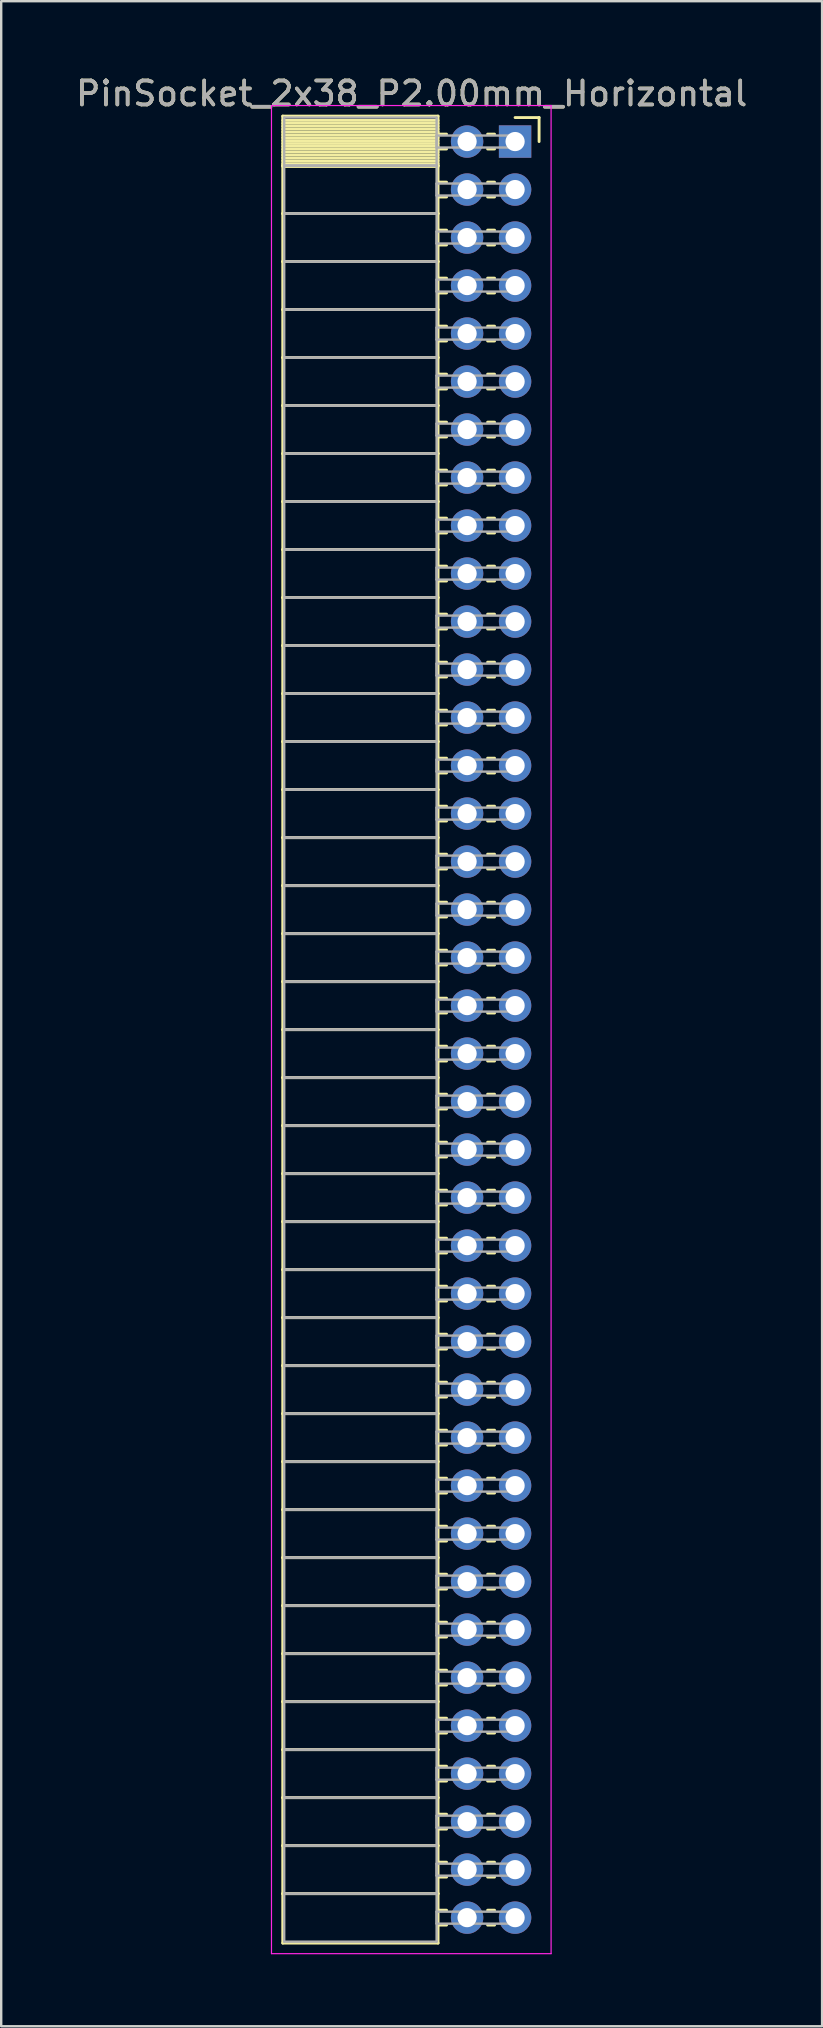
<source format=kicad_pcb>
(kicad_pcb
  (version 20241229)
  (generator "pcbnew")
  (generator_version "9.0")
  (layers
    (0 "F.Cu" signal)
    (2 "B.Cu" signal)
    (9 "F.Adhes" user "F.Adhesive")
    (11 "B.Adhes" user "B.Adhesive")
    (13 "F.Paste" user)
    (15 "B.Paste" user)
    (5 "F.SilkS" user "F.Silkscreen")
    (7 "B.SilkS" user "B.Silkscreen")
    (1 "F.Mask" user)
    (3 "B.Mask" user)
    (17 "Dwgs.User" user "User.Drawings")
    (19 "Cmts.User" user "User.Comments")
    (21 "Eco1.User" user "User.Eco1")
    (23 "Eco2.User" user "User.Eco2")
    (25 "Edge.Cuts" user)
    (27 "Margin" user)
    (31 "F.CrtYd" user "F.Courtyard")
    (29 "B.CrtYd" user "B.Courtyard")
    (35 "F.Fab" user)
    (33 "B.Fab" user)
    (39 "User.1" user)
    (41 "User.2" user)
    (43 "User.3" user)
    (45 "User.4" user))
  (footprint "PinSocket_2x38_P2.00mm_Horizontal"
    (layer "F.Cu")
    (at 18.411 2.848)
    (property "Reference" "PinSocket_2x38_P2.00mm_Horizontal" (at -4.31 -2 0) (layer "F.SilkS") (effects (font (size 1 1) (thickness 0.15))))
    (attr through_hole)
    (fp_line (start -9.68 -1.06) (end -3.21 -1.06) (stroke (width 0.12) (type solid)) (layer "F.SilkS"))
    (fp_line (start -9.68 1) (end -9.68 -1.06) (stroke (width 0.12) (type solid)) (layer "F.SilkS"))
    (fp_line (start -9.68 1) (end -3.21 1) (stroke (width 0.12) (type solid)) (layer "F.SilkS"))
    (fp_line (start -9.68 3) (end -9.68 1) (stroke (width 0.12) (type solid)) (layer "F.SilkS"))
    (fp_line (start -9.68 3) (end -3.21 3) (stroke (width 0.12) (type solid)) (layer "F.SilkS"))
    (fp_line (start -9.68 5) (end -9.68 3) (stroke (width 0.12) (type solid)) (layer "F.SilkS"))
    (fp_line (start -9.68 5) (end -3.21 5) (stroke (width 0.12) (type solid)) (layer "F.SilkS"))
    (fp_line (start -9.68 7) (end -9.68 5) (stroke (width 0.12) (type solid)) (layer "F.SilkS"))
    (fp_line (start -9.68 7) (end -3.21 7) (stroke (width 0.12) (type solid)) (layer "F.SilkS"))
    (fp_line (start -9.68 9) (end -9.68 7) (stroke (width 0.12) (type solid)) (layer "F.SilkS"))
    (fp_line (start -9.68 9) (end -3.21 9) (stroke (width 0.12) (type solid)) (layer "F.SilkS"))
    (fp_line (start -9.68 11) (end -9.68 9) (stroke (width 0.12) (type solid)) (layer "F.SilkS"))
    (fp_line (start -9.68 11) (end -3.21 11) (stroke (width 0.12) (type solid)) (layer "F.SilkS"))
    (fp_line (start -9.68 13) (end -9.68 11) (stroke (width 0.12) (type solid)) (layer "F.SilkS"))
    (fp_line (start -9.68 13) (end -3.21 13) (stroke (width 0.12) (type solid)) (layer "F.SilkS"))
    (fp_line (start -9.68 15) (end -9.68 13) (stroke (width 0.12) (type solid)) (layer "F.SilkS"))
    (fp_line (start -9.68 15) (end -3.21 15) (stroke (width 0.12) (type solid)) (layer "F.SilkS"))
    (fp_line (start -9.68 17) (end -9.68 15) (stroke (width 0.12) (type solid)) (layer "F.SilkS"))
    (fp_line (start -9.68 17) (end -3.21 17) (stroke (width 0.12) (type solid)) (layer "F.SilkS"))
    (fp_line (start -9.68 19) (end -9.68 17) (stroke (width 0.12) (type solid)) (layer "F.SilkS"))
    (fp_line (start -9.68 19) (end -3.21 19) (stroke (width 0.12) (type solid)) (layer "F.SilkS"))
    (fp_line (start -9.68 21) (end -9.68 19) (stroke (width 0.12) (type solid)) (layer "F.SilkS"))
    (fp_line (start -9.68 21) (end -3.21 21) (stroke (width 0.12) (type solid)) (layer "F.SilkS"))
    (fp_line (start -9.68 23) (end -9.68 21) (stroke (width 0.12) (type solid)) (layer "F.SilkS"))
    (fp_line (start -9.68 23) (end -3.21 23) (stroke (width 0.12) (type solid)) (layer "F.SilkS"))
    (fp_line (start -9.68 25) (end -9.68 23) (stroke (width 0.12) (type solid)) (layer "F.SilkS"))
    (fp_line (start -9.68 25) (end -3.21 25) (stroke (width 0.12) (type solid)) (layer "F.SilkS"))
    (fp_line (start -9.68 27) (end -9.68 25) (stroke (width 0.12) (type solid)) (layer "F.SilkS"))
    (fp_line (start -9.68 27) (end -3.21 27) (stroke (width 0.12) (type solid)) (layer "F.SilkS"))
    (fp_line (start -9.68 29) (end -9.68 27) (stroke (width 0.12) (type solid)) (layer "F.SilkS"))
    (fp_line (start -9.68 29) (end -3.21 29) (stroke (width 0.12) (type solid)) (layer "F.SilkS"))
    (fp_line (start -9.68 31) (end -9.68 29) (stroke (width 0.12) (type solid)) (layer "F.SilkS"))
    (fp_line (start -9.68 31) (end -3.21 31) (stroke (width 0.12) (type solid)) (layer "F.SilkS"))
    (fp_line (start -9.68 33) (end -9.68 31) (stroke (width 0.12) (type solid)) (layer "F.SilkS"))
    (fp_line (start -9.68 33) (end -3.21 33) (stroke (width 0.12) (type solid)) (layer "F.SilkS"))
    (fp_line (start -9.68 35) (end -9.68 33) (stroke (width 0.12) (type solid)) (layer "F.SilkS"))
    (fp_line (start -9.68 35) (end -3.21 35) (stroke (width 0.12) (type solid)) (layer "F.SilkS"))
    (fp_line (start -9.68 37) (end -9.68 35) (stroke (width 0.12) (type solid)) (layer "F.SilkS"))
    (fp_line (start -9.68 37) (end -3.21 37) (stroke (width 0.12) (type solid)) (layer "F.SilkS"))
    (fp_line (start -9.68 39) (end -9.68 37) (stroke (width 0.12) (type solid)) (layer "F.SilkS"))
    (fp_line (start -9.68 39) (end -3.21 39) (stroke (width 0.12) (type solid)) (layer "F.SilkS"))
    (fp_line (start -9.68 41) (end -9.68 39) (stroke (width 0.12) (type solid)) (layer "F.SilkS"))
    (fp_line (start -9.68 41) (end -3.21 41) (stroke (width 0.12) (type solid)) (layer "F.SilkS"))
    (fp_line (start -9.68 43) (end -9.68 41) (stroke (width 0.12) (type solid)) (layer "F.SilkS"))
    (fp_line (start -9.68 43) (end -3.21 43) (stroke (width 0.12) (type solid)) (layer "F.SilkS"))
    (fp_line (start -9.68 45) (end -9.68 43) (stroke (width 0.12) (type solid)) (layer "F.SilkS"))
    (fp_line (start -9.68 45) (end -3.21 45) (stroke (width 0.12) (type solid)) (layer "F.SilkS"))
    (fp_line (start -9.68 47) (end -9.68 45) (stroke (width 0.12) (type solid)) (layer "F.SilkS"))
    (fp_line (start -9.68 47) (end -3.21 47) (stroke (width 0.12) (type solid)) (layer "F.SilkS"))
    (fp_line (start -9.68 49) (end -9.68 47) (stroke (width 0.12) (type solid)) (layer "F.SilkS"))
    (fp_line (start -9.68 49) (end -3.21 49) (stroke (width 0.12) (type solid)) (layer "F.SilkS"))
    (fp_line (start -9.68 51) (end -9.68 49) (stroke (width 0.12) (type solid)) (layer "F.SilkS"))
    (fp_line (start -9.68 51) (end -3.21 51) (stroke (width 0.12) (type solid)) (layer "F.SilkS"))
    (fp_line (start -9.68 53) (end -9.68 51) (stroke (width 0.12) (type solid)) (layer "F.SilkS"))
    (fp_line (start -9.68 53) (end -3.21 53) (stroke (width 0.12) (type solid)) (layer "F.SilkS"))
    (fp_line (start -9.68 55) (end -9.68 53) (stroke (width 0.12) (type solid)) (layer "F.SilkS"))
    (fp_line (start -9.68 55) (end -3.21 55) (stroke (width 0.12) (type solid)) (layer "F.SilkS"))
    (fp_line (start -9.68 57) (end -9.68 55) (stroke (width 0.12) (type solid)) (layer "F.SilkS"))
    (fp_line (start -9.68 57) (end -3.21 57) (stroke (width 0.12) (type solid)) (layer "F.SilkS"))
    (fp_line (start -9.68 59) (end -9.68 57) (stroke (width 0.12) (type solid)) (layer "F.SilkS"))
    (fp_line (start -9.68 59) (end -3.21 59) (stroke (width 0.12) (type solid)) (layer "F.SilkS"))
    (fp_line (start -9.68 61) (end -9.68 59) (stroke (width 0.12) (type solid)) (layer "F.SilkS"))
    (fp_line (start -9.68 61) (end -3.21 61) (stroke (width 0.12) (type solid)) (layer "F.SilkS"))
    (fp_line (start -9.68 63) (end -9.68 61) (stroke (width 0.12) (type solid)) (layer "F.SilkS"))
    (fp_line (start -9.68 63) (end -3.21 63) (stroke (width 0.12) (type solid)) (layer "F.SilkS"))
    (fp_line (start -9.68 65) (end -9.68 63) (stroke (width 0.12) (type solid)) (layer "F.SilkS"))
    (fp_line (start -9.68 65) (end -3.21 65) (stroke (width 0.12) (type solid)) (layer "F.SilkS"))
    (fp_line (start -9.68 67) (end -9.68 65) (stroke (width 0.12) (type solid)) (layer "F.SilkS"))
    (fp_line (start -9.68 67) (end -3.21 67) (stroke (width 0.12) (type solid)) (layer "F.SilkS"))
    (fp_line (start -9.68 69) (end -9.68 67) (stroke (width 0.12) (type solid)) (layer "F.SilkS"))
    (fp_line (start -9.68 69) (end -3.21 69) (stroke (width 0.12) (type solid)) (layer "F.SilkS"))
    (fp_line (start -9.68 71) (end -9.68 69) (stroke (width 0.12) (type solid)) (layer "F.SilkS"))
    (fp_line (start -9.68 71) (end -3.21 71) (stroke (width 0.12) (type solid)) (layer "F.SilkS"))
    (fp_line (start -9.68 73) (end -9.68 71) (stroke (width 0.12) (type solid)) (layer "F.SilkS"))
    (fp_line (start -9.68 73) (end -3.21 73) (stroke (width 0.12) (type solid)) (layer "F.SilkS"))
    (fp_line (start -9.68 75.06) (end -9.68 73) (stroke (width 0.12) (type solid)) (layer "F.SilkS"))
    (fp_line (start -3.21 -1.06) (end -3.21 1) (stroke (width 0.12) (type solid)) (layer "F.SilkS"))
    (fp_line (start -3.21 -0.88) (end -9.68 -0.88) (stroke (width 0.12) (type solid)) (layer "F.SilkS"))
    (fp_line (start -3.21 -0.76) (end -9.68 -0.76) (stroke (width 0.12) (type solid)) (layer "F.SilkS"))
    (fp_line (start -3.21 -0.64) (end -9.68 -0.64) (stroke (width 0.12) (type solid)) (layer "F.SilkS"))
    (fp_line (start -3.21 -0.52) (end -9.68 -0.52) (stroke (width 0.12) (type solid)) (layer "F.SilkS"))
    (fp_line (start -3.21 -0.4) (end -9.68 -0.4) (stroke (width 0.12) (type solid)) (layer "F.SilkS"))
    (fp_line (start -3.21 -0.28) (end -9.68 -0.28) (stroke (width 0.12) (type solid)) (layer "F.SilkS"))
    (fp_line (start -3.21 -0.16) (end -9.68 -0.16) (stroke (width 0.12) (type solid)) (layer "F.SilkS"))
    (fp_line (start -3.21 -0.04) (end -9.68 -0.04) (stroke (width 0.12) (type solid)) (layer "F.SilkS"))
    (fp_line (start -3.21 0.08) (end -9.68 0.08) (stroke (width 0.12) (type solid)) (layer "F.SilkS"))
    (fp_line (start -3.21 0.2) (end -9.68 0.2) (stroke (width 0.12) (type solid)) (layer "F.SilkS"))
    (fp_line (start -3.21 0.32) (end -9.68 0.32) (stroke (width 0.12) (type solid)) (layer "F.SilkS"))
    (fp_line (start -3.21 0.44) (end -9.68 0.44) (stroke (width 0.12) (type solid)) (layer "F.SilkS"))
    (fp_line (start -3.21 0.56) (end -9.68 0.56) (stroke (width 0.12) (type solid)) (layer "F.SilkS"))
    (fp_line (start -3.21 0.68) (end -9.68 0.68) (stroke (width 0.12) (type solid)) (layer "F.SilkS"))
    (fp_line (start -3.21 0.8) (end -9.68 0.8) (stroke (width 0.12) (type solid)) (layer "F.SilkS"))
    (fp_line (start -3.21 0.92) (end -9.68 0.92) (stroke (width 0.12) (type solid)) (layer "F.SilkS"))
    (fp_line (start -3.21 1) (end -9.68 1) (stroke (width 0.12) (type solid)) (layer "F.SilkS"))
    (fp_line (start -3.21 1) (end -3.21 3) (stroke (width 0.12) (type solid)) (layer "F.SilkS"))
    (fp_line (start -3.21 1.04) (end -9.68 1.04) (stroke (width 0.12) (type solid)) (layer "F.SilkS"))
    (fp_line (start -3.21 3) (end -9.68 3) (stroke (width 0.12) (type solid)) (layer "F.SilkS"))
    (fp_line (start -3.21 3) (end -3.21 5) (stroke (width 0.12) (type solid)) (layer "F.SilkS"))
    (fp_line (start -3.21 5) (end -9.68 5) (stroke (width 0.12) (type solid)) (layer "F.SilkS"))
    (fp_line (start -3.21 5) (end -3.21 7) (stroke (width 0.12) (type solid)) (layer "F.SilkS"))
    (fp_line (start -3.21 7) (end -9.68 7) (stroke (width 0.12) (type solid)) (layer "F.SilkS"))
    (fp_line (start -3.21 7) (end -3.21 9) (stroke (width 0.12) (type solid)) (layer "F.SilkS"))
    (fp_line (start -3.21 9) (end -9.68 9) (stroke (width 0.12) (type solid)) (layer "F.SilkS"))
    (fp_line (start -3.21 9) (end -3.21 11) (stroke (width 0.12) (type solid)) (layer "F.SilkS"))
    (fp_line (start -3.21 11) (end -9.68 11) (stroke (width 0.12) (type solid)) (layer "F.SilkS"))
    (fp_line (start -3.21 11) (end -3.21 13) (stroke (width 0.12) (type solid)) (layer "F.SilkS"))
    (fp_line (start -3.21 13) (end -9.68 13) (stroke (width 0.12) (type solid)) (layer "F.SilkS"))
    (fp_line (start -3.21 13) (end -3.21 15) (stroke (width 0.12) (type solid)) (layer "F.SilkS"))
    (fp_line (start -3.21 15) (end -9.68 15) (stroke (width 0.12) (type solid)) (layer "F.SilkS"))
    (fp_line (start -3.21 15) (end -3.21 17) (stroke (width 0.12) (type solid)) (layer "F.SilkS"))
    (fp_line (start -3.21 17) (end -9.68 17) (stroke (width 0.12) (type solid)) (layer "F.SilkS"))
    (fp_line (start -3.21 17) (end -3.21 19) (stroke (width 0.12) (type solid)) (layer "F.SilkS"))
    (fp_line (start -3.21 19) (end -9.68 19) (stroke (width 0.12) (type solid)) (layer "F.SilkS"))
    (fp_line (start -3.21 19) (end -3.21 21) (stroke (width 0.12) (type solid)) (layer "F.SilkS"))
    (fp_line (start -3.21 21) (end -9.68 21) (stroke (width 0.12) (type solid)) (layer "F.SilkS"))
    (fp_line (start -3.21 21) (end -3.21 23) (stroke (width 0.12) (type solid)) (layer "F.SilkS"))
    (fp_line (start -3.21 23) (end -9.68 23) (stroke (width 0.12) (type solid)) (layer "F.SilkS"))
    (fp_line (start -3.21 23) (end -3.21 25) (stroke (width 0.12) (type solid)) (layer "F.SilkS"))
    (fp_line (start -3.21 25) (end -9.68 25) (stroke (width 0.12) (type solid)) (layer "F.SilkS"))
    (fp_line (start -3.21 25) (end -3.21 27) (stroke (width 0.12) (type solid)) (layer "F.SilkS"))
    (fp_line (start -3.21 27) (end -9.68 27) (stroke (width 0.12) (type solid)) (layer "F.SilkS"))
    (fp_line (start -3.21 27) (end -3.21 29) (stroke (width 0.12) (type solid)) (layer "F.SilkS"))
    (fp_line (start -3.21 29) (end -9.68 29) (stroke (width 0.12) (type solid)) (layer "F.SilkS"))
    (fp_line (start -3.21 29) (end -3.21 31) (stroke (width 0.12) (type solid)) (layer "F.SilkS"))
    (fp_line (start -3.21 31) (end -9.68 31) (stroke (width 0.12) (type solid)) (layer "F.SilkS"))
    (fp_line (start -3.21 31) (end -3.21 33) (stroke (width 0.12) (type solid)) (layer "F.SilkS"))
    (fp_line (start -3.21 33) (end -9.68 33) (stroke (width 0.12) (type solid)) (layer "F.SilkS"))
    (fp_line (start -3.21 33) (end -3.21 35) (stroke (width 0.12) (type solid)) (layer "F.SilkS"))
    (fp_line (start -3.21 35) (end -9.68 35) (stroke (width 0.12) (type solid)) (layer "F.SilkS"))
    (fp_line (start -3.21 35) (end -3.21 37) (stroke (width 0.12) (type solid)) (layer "F.SilkS"))
    (fp_line (start -3.21 37) (end -9.68 37) (stroke (width 0.12) (type solid)) (layer "F.SilkS"))
    (fp_line (start -3.21 37) (end -3.21 39) (stroke (width 0.12) (type solid)) (layer "F.SilkS"))
    (fp_line (start -3.21 39) (end -9.68 39) (stroke (width 0.12) (type solid)) (layer "F.SilkS"))
    (fp_line (start -3.21 39) (end -3.21 41) (stroke (width 0.12) (type solid)) (layer "F.SilkS"))
    (fp_line (start -3.21 41) (end -9.68 41) (stroke (width 0.12) (type solid)) (layer "F.SilkS"))
    (fp_line (start -3.21 41) (end -3.21 43) (stroke (width 0.12) (type solid)) (layer "F.SilkS"))
    (fp_line (start -3.21 43) (end -9.68 43) (stroke (width 0.12) (type solid)) (layer "F.SilkS"))
    (fp_line (start -3.21 43) (end -3.21 45) (stroke (width 0.12) (type solid)) (layer "F.SilkS"))
    (fp_line (start -3.21 45) (end -9.68 45) (stroke (width 0.12) (type solid)) (layer "F.SilkS"))
    (fp_line (start -3.21 45) (end -3.21 47) (stroke (width 0.12) (type solid)) (layer "F.SilkS"))
    (fp_line (start -3.21 47) (end -9.68 47) (stroke (width 0.12) (type solid)) (layer "F.SilkS"))
    (fp_line (start -3.21 47) (end -3.21 49) (stroke (width 0.12) (type solid)) (layer "F.SilkS"))
    (fp_line (start -3.21 49) (end -9.68 49) (stroke (width 0.12) (type solid)) (layer "F.SilkS"))
    (fp_line (start -3.21 49) (end -3.21 51) (stroke (width 0.12) (type solid)) (layer "F.SilkS"))
    (fp_line (start -3.21 51) (end -9.68 51) (stroke (width 0.12) (type solid)) (layer "F.SilkS"))
    (fp_line (start -3.21 51) (end -3.21 53) (stroke (width 0.12) (type solid)) (layer "F.SilkS"))
    (fp_line (start -3.21 53) (end -9.68 53) (stroke (width 0.12) (type solid)) (layer "F.SilkS"))
    (fp_line (start -3.21 53) (end -3.21 55) (stroke (width 0.12) (type solid)) (layer "F.SilkS"))
    (fp_line (start -3.21 55) (end -9.68 55) (stroke (width 0.12) (type solid)) (layer "F.SilkS"))
    (fp_line (start -3.21 55) (end -3.21 57) (stroke (width 0.12) (type solid)) (layer "F.SilkS"))
    (fp_line (start -3.21 57) (end -9.68 57) (stroke (width 0.12) (type solid)) (layer "F.SilkS"))
    (fp_line (start -3.21 57) (end -3.21 59) (stroke (width 0.12) (type solid)) (layer "F.SilkS"))
    (fp_line (start -3.21 59) (end -9.68 59) (stroke (width 0.12) (type solid)) (layer "F.SilkS"))
    (fp_line (start -3.21 59) (end -3.21 61) (stroke (width 0.12) (type solid)) (layer "F.SilkS"))
    (fp_line (start -3.21 61) (end -9.68 61) (stroke (width 0.12) (type solid)) (layer "F.SilkS"))
    (fp_line (start -3.21 61) (end -3.21 63) (stroke (width 0.12) (type solid)) (layer "F.SilkS"))
    (fp_line (start -3.21 63) (end -9.68 63) (stroke (width 0.12) (type solid)) (layer "F.SilkS"))
    (fp_line (start -3.21 63) (end -3.21 65) (stroke (width 0.12) (type solid)) (layer "F.SilkS"))
    (fp_line (start -3.21 65) (end -9.68 65) (stroke (width 0.12) (type solid)) (layer "F.SilkS"))
    (fp_line (start -3.21 65) (end -3.21 67) (stroke (width 0.12) (type solid)) (layer "F.SilkS"))
    (fp_line (start -3.21 67) (end -9.68 67) (stroke (width 0.12) (type solid)) (layer "F.SilkS"))
    (fp_line (start -3.21 67) (end -3.21 69) (stroke (width 0.12) (type solid)) (layer "F.SilkS"))
    (fp_line (start -3.21 69) (end -9.68 69) (stroke (width 0.12) (type solid)) (layer "F.SilkS"))
    (fp_line (start -3.21 69) (end -3.21 71) (stroke (width 0.12) (type solid)) (layer "F.SilkS"))
    (fp_line (start -3.21 71) (end -9.68 71) (stroke (width 0.12) (type solid)) (layer "F.SilkS"))
    (fp_line (start -3.21 71) (end -3.21 73) (stroke (width 0.12) (type solid)) (layer "F.SilkS"))
    (fp_line (start -3.21 73) (end -9.68 73) (stroke (width 0.12) (type solid)) (layer "F.SilkS"))
    (fp_line (start -3.21 73) (end -3.21 75.06) (stroke (width 0.12) (type solid)) (layer "F.SilkS"))
    (fp_line (start -3.21 75.06) (end -9.68 75.06) (stroke (width 0.12) (type solid)) (layer "F.SilkS"))
    (fp_line (start -2.855 -0.31) (end -3.21 -0.31) (stroke (width 0.12) (type solid)) (layer "F.SilkS"))
    (fp_line (start -2.855 0.31) (end -3.21 0.31) (stroke (width 0.12) (type solid)) (layer "F.SilkS"))
    (fp_line (start -2.855 1.69) (end -3.21 1.69) (stroke (width 0.12) (type solid)) (layer "F.SilkS"))
    (fp_line (start -2.855 2.31) (end -3.21 2.31) (stroke (width 0.12) (type solid)) (layer "F.SilkS"))
    (fp_line (start -2.855 3.69) (end -3.21 3.69) (stroke (width 0.12) (type solid)) (layer "F.SilkS"))
    (fp_line (start -2.855 4.31) (end -3.21 4.31) (stroke (width 0.12) (type solid)) (layer "F.SilkS"))
    (fp_line (start -2.855 5.69) (end -3.21 5.69) (stroke (width 0.12) (type solid)) (layer "F.SilkS"))
    (fp_line (start -2.855 6.31) (end -3.21 6.31) (stroke (width 0.12) (type solid)) (layer "F.SilkS"))
    (fp_line (start -2.855 7.69) (end -3.21 7.69) (stroke (width 0.12) (type solid)) (layer "F.SilkS"))
    (fp_line (start -2.855 8.31) (end -3.21 8.31) (stroke (width 0.12) (type solid)) (layer "F.SilkS"))
    (fp_line (start -2.855 9.69) (end -3.21 9.69) (stroke (width 0.12) (type solid)) (layer "F.SilkS"))
    (fp_line (start -2.855 10.31) (end -3.21 10.31) (stroke (width 0.12) (type solid)) (layer "F.SilkS"))
    (fp_line (start -2.855 11.69) (end -3.21 11.69) (stroke (width 0.12) (type solid)) (layer "F.SilkS"))
    (fp_line (start -2.855 12.31) (end -3.21 12.31) (stroke (width 0.12) (type solid)) (layer "F.SilkS"))
    (fp_line (start -2.855 13.69) (end -3.21 13.69) (stroke (width 0.12) (type solid)) (layer "F.SilkS"))
    (fp_line (start -2.855 14.31) (end -3.21 14.31) (stroke (width 0.12) (type solid)) (layer "F.SilkS"))
    (fp_line (start -2.855 15.69) (end -3.21 15.69) (stroke (width 0.12) (type solid)) (layer "F.SilkS"))
    (fp_line (start -2.855 16.31) (end -3.21 16.31) (stroke (width 0.12) (type solid)) (layer "F.SilkS"))
    (fp_line (start -2.855 17.69) (end -3.21 17.69) (stroke (width 0.12) (type solid)) (layer "F.SilkS"))
    (fp_line (start -2.855 18.31) (end -3.21 18.31) (stroke (width 0.12) (type solid)) (layer "F.SilkS"))
    (fp_line (start -2.855 19.69) (end -3.21 19.69) (stroke (width 0.12) (type solid)) (layer "F.SilkS"))
    (fp_line (start -2.855 20.31) (end -3.21 20.31) (stroke (width 0.12) (type solid)) (layer "F.SilkS"))
    (fp_line (start -2.855 21.69) (end -3.21 21.69) (stroke (width 0.12) (type solid)) (layer "F.SilkS"))
    (fp_line (start -2.855 22.31) (end -3.21 22.31) (stroke (width 0.12) (type solid)) (layer "F.SilkS"))
    (fp_line (start -2.855 23.69) (end -3.21 23.69) (stroke (width 0.12) (type solid)) (layer "F.SilkS"))
    (fp_line (start -2.855 24.31) (end -3.21 24.31) (stroke (width 0.12) (type solid)) (layer "F.SilkS"))
    (fp_line (start -2.855 25.69) (end -3.21 25.69) (stroke (width 0.12) (type solid)) (layer "F.SilkS"))
    (fp_line (start -2.855 26.31) (end -3.21 26.31) (stroke (width 0.12) (type solid)) (layer "F.SilkS"))
    (fp_line (start -2.855 27.69) (end -3.21 27.69) (stroke (width 0.12) (type solid)) (layer "F.SilkS"))
    (fp_line (start -2.855 28.31) (end -3.21 28.31) (stroke (width 0.12) (type solid)) (layer "F.SilkS"))
    (fp_line (start -2.855 29.69) (end -3.21 29.69) (stroke (width 0.12) (type solid)) (layer "F.SilkS"))
    (fp_line (start -2.855 30.31) (end -3.21 30.31) (stroke (width 0.12) (type solid)) (layer "F.SilkS"))
    (fp_line (start -2.855 31.69) (end -3.21 31.69) (stroke (width 0.12) (type solid)) (layer "F.SilkS"))
    (fp_line (start -2.855 32.31) (end -3.21 32.31) (stroke (width 0.12) (type solid)) (layer "F.SilkS"))
    (fp_line (start -2.855 33.69) (end -3.21 33.69) (stroke (width 0.12) (type solid)) (layer "F.SilkS"))
    (fp_line (start -2.855 34.31) (end -3.21 34.31) (stroke (width 0.12) (type solid)) (layer "F.SilkS"))
    (fp_line (start -2.855 35.69) (end -3.21 35.69) (stroke (width 0.12) (type solid)) (layer "F.SilkS"))
    (fp_line (start -2.855 36.31) (end -3.21 36.31) (stroke (width 0.12) (type solid)) (layer "F.SilkS"))
    (fp_line (start -2.855 37.69) (end -3.21 37.69) (stroke (width 0.12) (type solid)) (layer "F.SilkS"))
    (fp_line (start -2.855 38.31) (end -3.21 38.31) (stroke (width 0.12) (type solid)) (layer "F.SilkS"))
    (fp_line (start -2.855 39.69) (end -3.21 39.69) (stroke (width 0.12) (type solid)) (layer "F.SilkS"))
    (fp_line (start -2.855 40.31) (end -3.21 40.31) (stroke (width 0.12) (type solid)) (layer "F.SilkS"))
    (fp_line (start -2.855 41.69) (end -3.21 41.69) (stroke (width 0.12) (type solid)) (layer "F.SilkS"))
    (fp_line (start -2.855 42.31) (end -3.21 42.31) (stroke (width 0.12) (type solid)) (layer "F.SilkS"))
    (fp_line (start -2.855 43.69) (end -3.21 43.69) (stroke (width 0.12) (type solid)) (layer "F.SilkS"))
    (fp_line (start -2.855 44.31) (end -3.21 44.31) (stroke (width 0.12) (type solid)) (layer "F.SilkS"))
    (fp_line (start -2.855 45.69) (end -3.21 45.69) (stroke (width 0.12) (type solid)) (layer "F.SilkS"))
    (fp_line (start -2.855 46.31) (end -3.21 46.31) (stroke (width 0.12) (type solid)) (layer "F.SilkS"))
    (fp_line (start -2.855 47.69) (end -3.21 47.69) (stroke (width 0.12) (type solid)) (layer "F.SilkS"))
    (fp_line (start -2.855 48.31) (end -3.21 48.31) (stroke (width 0.12) (type solid)) (layer "F.SilkS"))
    (fp_line (start -2.855 49.69) (end -3.21 49.69) (stroke (width 0.12) (type solid)) (layer "F.SilkS"))
    (fp_line (start -2.855 50.31) (end -3.21 50.31) (stroke (width 0.12) (type solid)) (layer "F.SilkS"))
    (fp_line (start -2.855 51.69) (end -3.21 51.69) (stroke (width 0.12) (type solid)) (layer "F.SilkS"))
    (fp_line (start -2.855 52.31) (end -3.21 52.31) (stroke (width 0.12) (type solid)) (layer "F.SilkS"))
    (fp_line (start -2.855 53.69) (end -3.21 53.69) (stroke (width 0.12) (type solid)) (layer "F.SilkS"))
    (fp_line (start -2.855 54.31) (end -3.21 54.31) (stroke (width 0.12) (type solid)) (layer "F.SilkS"))
    (fp_line (start -2.855 55.69) (end -3.21 55.69) (stroke (width 0.12) (type solid)) (layer "F.SilkS"))
    (fp_line (start -2.855 56.31) (end -3.21 56.31) (stroke (width 0.12) (type solid)) (layer "F.SilkS"))
    (fp_line (start -2.855 57.69) (end -3.21 57.69) (stroke (width 0.12) (type solid)) (layer "F.SilkS"))
    (fp_line (start -2.855 58.31) (end -3.21 58.31) (stroke (width 0.12) (type solid)) (layer "F.SilkS"))
    (fp_line (start -2.855 59.69) (end -3.21 59.69) (stroke (width 0.12) (type solid)) (layer "F.SilkS"))
    (fp_line (start -2.855 60.31) (end -3.21 60.31) (stroke (width 0.12) (type solid)) (layer "F.SilkS"))
    (fp_line (start -2.855 61.69) (end -3.21 61.69) (stroke (width 0.12) (type solid)) (layer "F.SilkS"))
    (fp_line (start -2.855 62.31) (end -3.21 62.31) (stroke (width 0.12) (type solid)) (layer "F.SilkS"))
    (fp_line (start -2.855 63.69) (end -3.21 63.69) (stroke (width 0.12) (type solid)) (layer "F.SilkS"))
    (fp_line (start -2.855 64.31) (end -3.21 64.31) (stroke (width 0.12) (type solid)) (layer "F.SilkS"))
    (fp_line (start -2.855 65.69) (end -3.21 65.69) (stroke (width 0.12) (type solid)) (layer "F.SilkS"))
    (fp_line (start -2.855 66.31) (end -3.21 66.31) (stroke (width 0.12) (type solid)) (layer "F.SilkS"))
    (fp_line (start -2.855 67.69) (end -3.21 67.69) (stroke (width 0.12) (type solid)) (layer "F.SilkS"))
    (fp_line (start -2.855 68.31) (end -3.21 68.31) (stroke (width 0.12) (type solid)) (layer "F.SilkS"))
    (fp_line (start -2.855 69.69) (end -3.21 69.69) (stroke (width 0.12) (type solid)) (layer "F.SilkS"))
    (fp_line (start -2.855 70.31) (end -3.21 70.31) (stroke (width 0.12) (type solid)) (layer "F.SilkS"))
    (fp_line (start -2.855 71.69) (end -3.21 71.69) (stroke (width 0.12) (type solid)) (layer "F.SilkS"))
    (fp_line (start -2.855 72.31) (end -3.21 72.31) (stroke (width 0.12) (type solid)) (layer "F.SilkS"))
    (fp_line (start -2.855 73.69) (end -3.21 73.69) (stroke (width 0.12) (type solid)) (layer "F.SilkS"))
    (fp_line (start -2.855 74.31) (end -3.21 74.31) (stroke (width 0.12) (type solid)) (layer "F.SilkS"))
    (fp_line (start -0.855 -0.31) (end -1.145 -0.31) (stroke (width 0.12) (type solid)) (layer "F.SilkS"))
    (fp_line (start -0.855 0.31) (end -1.145 0.31) (stroke (width 0.12) (type solid)) (layer "F.SilkS"))
    (fp_line (start -0.855 1.69) (end -1.145 1.69) (stroke (width 0.12) (type solid)) (layer "F.SilkS"))
    (fp_line (start -0.855 2.31) (end -1.145 2.31) (stroke (width 0.12) (type solid)) (layer "F.SilkS"))
    (fp_line (start -0.855 3.69) (end -1.145 3.69) (stroke (width 0.12) (type solid)) (layer "F.SilkS"))
    (fp_line (start -0.855 4.31) (end -1.145 4.31) (stroke (width 0.12) (type solid)) (layer "F.SilkS"))
    (fp_line (start -0.855 5.69) (end -1.145 5.69) (stroke (width 0.12) (type solid)) (layer "F.SilkS"))
    (fp_line (start -0.855 6.31) (end -1.145 6.31) (stroke (width 0.12) (type solid)) (layer "F.SilkS"))
    (fp_line (start -0.855 7.69) (end -1.145 7.69) (stroke (width 0.12) (type solid)) (layer "F.SilkS"))
    (fp_line (start -0.855 8.31) (end -1.145 8.31) (stroke (width 0.12) (type solid)) (layer "F.SilkS"))
    (fp_line (start -0.855 9.69) (end -1.145 9.69) (stroke (width 0.12) (type solid)) (layer "F.SilkS"))
    (fp_line (start -0.855 10.31) (end -1.145 10.31) (stroke (width 0.12) (type solid)) (layer "F.SilkS"))
    (fp_line (start -0.855 11.69) (end -1.145 11.69) (stroke (width 0.12) (type solid)) (layer "F.SilkS"))
    (fp_line (start -0.855 12.31) (end -1.145 12.31) (stroke (width 0.12) (type solid)) (layer "F.SilkS"))
    (fp_line (start -0.855 13.69) (end -1.145 13.69) (stroke (width 0.12) (type solid)) (layer "F.SilkS"))
    (fp_line (start -0.855 14.31) (end -1.145 14.31) (stroke (width 0.12) (type solid)) (layer "F.SilkS"))
    (fp_line (start -0.855 15.69) (end -1.145 15.69) (stroke (width 0.12) (type solid)) (layer "F.SilkS"))
    (fp_line (start -0.855 16.31) (end -1.145 16.31) (stroke (width 0.12) (type solid)) (layer "F.SilkS"))
    (fp_line (start -0.855 17.69) (end -1.145 17.69) (stroke (width 0.12) (type solid)) (layer "F.SilkS"))
    (fp_line (start -0.855 18.31) (end -1.145 18.31) (stroke (width 0.12) (type solid)) (layer "F.SilkS"))
    (fp_line (start -0.855 19.69) (end -1.145 19.69) (stroke (width 0.12) (type solid)) (layer "F.SilkS"))
    (fp_line (start -0.855 20.31) (end -1.145 20.31) (stroke (width 0.12) (type solid)) (layer "F.SilkS"))
    (fp_line (start -0.855 21.69) (end -1.145 21.69) (stroke (width 0.12) (type solid)) (layer "F.SilkS"))
    (fp_line (start -0.855 22.31) (end -1.145 22.31) (stroke (width 0.12) (type solid)) (layer "F.SilkS"))
    (fp_line (start -0.855 23.69) (end -1.145 23.69) (stroke (width 0.12) (type solid)) (layer "F.SilkS"))
    (fp_line (start -0.855 24.31) (end -1.145 24.31) (stroke (width 0.12) (type solid)) (layer "F.SilkS"))
    (fp_line (start -0.855 25.69) (end -1.145 25.69) (stroke (width 0.12) (type solid)) (layer "F.SilkS"))
    (fp_line (start -0.855 26.31) (end -1.145 26.31) (stroke (width 0.12) (type solid)) (layer "F.SilkS"))
    (fp_line (start -0.855 27.69) (end -1.145 27.69) (stroke (width 0.12) (type solid)) (layer "F.SilkS"))
    (fp_line (start -0.855 28.31) (end -1.145 28.31) (stroke (width 0.12) (type solid)) (layer "F.SilkS"))
    (fp_line (start -0.855 29.69) (end -1.145 29.69) (stroke (width 0.12) (type solid)) (layer "F.SilkS"))
    (fp_line (start -0.855 30.31) (end -1.145 30.31) (stroke (width 0.12) (type solid)) (layer "F.SilkS"))
    (fp_line (start -0.855 31.69) (end -1.145 31.69) (stroke (width 0.12) (type solid)) (layer "F.SilkS"))
    (fp_line (start -0.855 32.31) (end -1.145 32.31) (stroke (width 0.12) (type solid)) (layer "F.SilkS"))
    (fp_line (start -0.855 33.69) (end -1.145 33.69) (stroke (width 0.12) (type solid)) (layer "F.SilkS"))
    (fp_line (start -0.855 34.31) (end -1.145 34.31) (stroke (width 0.12) (type solid)) (layer "F.SilkS"))
    (fp_line (start -0.855 35.69) (end -1.145 35.69) (stroke (width 0.12) (type solid)) (layer "F.SilkS"))
    (fp_line (start -0.855 36.31) (end -1.145 36.31) (stroke (width 0.12) (type solid)) (layer "F.SilkS"))
    (fp_line (start -0.855 37.69) (end -1.145 37.69) (stroke (width 0.12) (type solid)) (layer "F.SilkS"))
    (fp_line (start -0.855 38.31) (end -1.145 38.31) (stroke (width 0.12) (type solid)) (layer "F.SilkS"))
    (fp_line (start -0.855 39.69) (end -1.145 39.69) (stroke (width 0.12) (type solid)) (layer "F.SilkS"))
    (fp_line (start -0.855 40.31) (end -1.145 40.31) (stroke (width 0.12) (type solid)) (layer "F.SilkS"))
    (fp_line (start -0.855 41.69) (end -1.145 41.69) (stroke (width 0.12) (type solid)) (layer "F.SilkS"))
    (fp_line (start -0.855 42.31) (end -1.145 42.31) (stroke (width 0.12) (type solid)) (layer "F.SilkS"))
    (fp_line (start -0.855 43.69) (end -1.145 43.69) (stroke (width 0.12) (type solid)) (layer "F.SilkS"))
    (fp_line (start -0.855 44.31) (end -1.145 44.31) (stroke (width 0.12) (type solid)) (layer "F.SilkS"))
    (fp_line (start -0.855 45.69) (end -1.145 45.69) (stroke (width 0.12) (type solid)) (layer "F.SilkS"))
    (fp_line (start -0.855 46.31) (end -1.145 46.31) (stroke (width 0.12) (type solid)) (layer "F.SilkS"))
    (fp_line (start -0.855 47.69) (end -1.145 47.69) (stroke (width 0.12) (type solid)) (layer "F.SilkS"))
    (fp_line (start -0.855 48.31) (end -1.145 48.31) (stroke (width 0.12) (type solid)) (layer "F.SilkS"))
    (fp_line (start -0.855 49.69) (end -1.145 49.69) (stroke (width 0.12) (type solid)) (layer "F.SilkS"))
    (fp_line (start -0.855 50.31) (end -1.145 50.31) (stroke (width 0.12) (type solid)) (layer "F.SilkS"))
    (fp_line (start -0.855 51.69) (end -1.145 51.69) (stroke (width 0.12) (type solid)) (layer "F.SilkS"))
    (fp_line (start -0.855 52.31) (end -1.145 52.31) (stroke (width 0.12) (type solid)) (layer "F.SilkS"))
    (fp_line (start -0.855 53.69) (end -1.145 53.69) (stroke (width 0.12) (type solid)) (layer "F.SilkS"))
    (fp_line (start -0.855 54.31) (end -1.145 54.31) (stroke (width 0.12) (type solid)) (layer "F.SilkS"))
    (fp_line (start -0.855 55.69) (end -1.145 55.69) (stroke (width 0.12) (type solid)) (layer "F.SilkS"))
    (fp_line (start -0.855 56.31) (end -1.145 56.31) (stroke (width 0.12) (type solid)) (layer "F.SilkS"))
    (fp_line (start -0.855 57.69) (end -1.145 57.69) (stroke (width 0.12) (type solid)) (layer "F.SilkS"))
    (fp_line (start -0.855 58.31) (end -1.145 58.31) (stroke (width 0.12) (type solid)) (layer "F.SilkS"))
    (fp_line (start -0.855 59.69) (end -1.145 59.69) (stroke (width 0.12) (type solid)) (layer "F.SilkS"))
    (fp_line (start -0.855 60.31) (end -1.145 60.31) (stroke (width 0.12) (type solid)) (layer "F.SilkS"))
    (fp_line (start -0.855 61.69) (end -1.145 61.69) (stroke (width 0.12) (type solid)) (layer "F.SilkS"))
    (fp_line (start -0.855 62.31) (end -1.145 62.31) (stroke (width 0.12) (type solid)) (layer "F.SilkS"))
    (fp_line (start -0.855 63.69) (end -1.145 63.69) (stroke (width 0.12) (type solid)) (layer "F.SilkS"))
    (fp_line (start -0.855 64.31) (end -1.145 64.31) (stroke (width 0.12) (type solid)) (layer "F.SilkS"))
    (fp_line (start -0.855 65.69) (end -1.145 65.69) (stroke (width 0.12) (type solid)) (layer "F.SilkS"))
    (fp_line (start -0.855 66.31) (end -1.145 66.31) (stroke (width 0.12) (type solid)) (layer "F.SilkS"))
    (fp_line (start -0.855 67.69) (end -1.145 67.69) (stroke (width 0.12) (type solid)) (layer "F.SilkS"))
    (fp_line (start -0.855 68.31) (end -1.145 68.31) (stroke (width 0.12) (type solid)) (layer "F.SilkS"))
    (fp_line (start -0.855 69.69) (end -1.145 69.69) (stroke (width 0.12) (type solid)) (layer "F.SilkS"))
    (fp_line (start -0.855 70.31) (end -1.145 70.31) (stroke (width 0.12) (type solid)) (layer "F.SilkS"))
    (fp_line (start -0.855 71.69) (end -1.145 71.69) (stroke (width 0.12) (type solid)) (layer "F.SilkS"))
    (fp_line (start -0.855 72.31) (end -1.145 72.31) (stroke (width 0.12) (type solid)) (layer "F.SilkS"))
    (fp_line (start -0.855 73.69) (end -1.145 73.69) (stroke (width 0.12) (type solid)) (layer "F.SilkS"))
    (fp_line (start -0.855 74.31) (end -1.145 74.31) (stroke (width 0.12) (type solid)) (layer "F.SilkS"))
    (fp_line (start 0 -1) (end 1 -1) (stroke (width 0.12) (type solid)) (layer "F.SilkS"))
    (fp_line (start 1 -1) (end 1 0) (stroke (width 0.12) (type solid)) (layer "F.SilkS"))
    (fp_line (start -10.15 -1.5) (end 1.5 -1.5) (stroke (width 0.05) (type solid)) (layer "F.CrtYd"))
    (fp_line (start -10.15 75.5) (end -10.15 -1.5) (stroke (width 0.05) (type solid)) (layer "F.CrtYd"))
    (fp_line (start 1.5 -1.5) (end 1.5 75.5) (stroke (width 0.05) (type solid)) (layer "F.CrtYd"))
    (fp_line (start 1.5 75.5) (end -10.15 75.5) (stroke (width 0.05) (type solid)) (layer "F.CrtYd"))
    (fp_line (start -9.62 -1) (end -3.27 -1) (stroke (width 0.1) (type solid)) (layer "F.Fab"))
    (fp_line (start -9.62 1) (end -9.62 -1) (stroke (width 0.1) (type solid)) (layer "F.Fab"))
    (fp_line (start -9.62 1) (end -3.27 1) (stroke (width 0.1) (type solid)) (layer "F.Fab"))
    (fp_line (start -9.62 3) (end -9.62 1) (stroke (width 0.1) (type solid)) (layer "F.Fab"))
    (fp_line (start -9.62 3) (end -3.27 3) (stroke (width 0.1) (type solid)) (layer "F.Fab"))
    (fp_line (start -9.62 5) (end -9.62 3) (stroke (width 0.1) (type solid)) (layer "F.Fab"))
    (fp_line (start -9.62 5) (end -3.27 5) (stroke (width 0.1) (type solid)) (layer "F.Fab"))
    (fp_line (start -9.62 7) (end -9.62 5) (stroke (width 0.1) (type solid)) (layer "F.Fab"))
    (fp_line (start -9.62 7) (end -3.27 7) (stroke (width 0.1) (type solid)) (layer "F.Fab"))
    (fp_line (start -9.62 9) (end -9.62 7) (stroke (width 0.1) (type solid)) (layer "F.Fab"))
    (fp_line (start -9.62 9) (end -3.27 9) (stroke (width 0.1) (type solid)) (layer "F.Fab"))
    (fp_line (start -9.62 11) (end -9.62 9) (stroke (width 0.1) (type solid)) (layer "F.Fab"))
    (fp_line (start -9.62 11) (end -3.27 11) (stroke (width 0.1) (type solid)) (layer "F.Fab"))
    (fp_line (start -9.62 13) (end -9.62 11) (stroke (width 0.1) (type solid)) (layer "F.Fab"))
    (fp_line (start -9.62 13) (end -3.27 13) (stroke (width 0.1) (type solid)) (layer "F.Fab"))
    (fp_line (start -9.62 15) (end -9.62 13) (stroke (width 0.1) (type solid)) (layer "F.Fab"))
    (fp_line (start -9.62 15) (end -3.27 15) (stroke (width 0.1) (type solid)) (layer "F.Fab"))
    (fp_line (start -9.62 17) (end -9.62 15) (stroke (width 0.1) (type solid)) (layer "F.Fab"))
    (fp_line (start -9.62 17) (end -3.27 17) (stroke (width 0.1) (type solid)) (layer "F.Fab"))
    (fp_line (start -9.62 19) (end -9.62 17) (stroke (width 0.1) (type solid)) (layer "F.Fab"))
    (fp_line (start -9.62 19) (end -3.27 19) (stroke (width 0.1) (type solid)) (layer "F.Fab"))
    (fp_line (start -9.62 21) (end -9.62 19) (stroke (width 0.1) (type solid)) (layer "F.Fab"))
    (fp_line (start -9.62 21) (end -3.27 21) (stroke (width 0.1) (type solid)) (layer "F.Fab"))
    (fp_line (start -9.62 23) (end -9.62 21) (stroke (width 0.1) (type solid)) (layer "F.Fab"))
    (fp_line (start -9.62 23) (end -3.27 23) (stroke (width 0.1) (type solid)) (layer "F.Fab"))
    (fp_line (start -9.62 25) (end -9.62 23) (stroke (width 0.1) (type solid)) (layer "F.Fab"))
    (fp_line (start -9.62 25) (end -3.27 25) (stroke (width 0.1) (type solid)) (layer "F.Fab"))
    (fp_line (start -9.62 27) (end -9.62 25) (stroke (width 0.1) (type solid)) (layer "F.Fab"))
    (fp_line (start -9.62 27) (end -3.27 27) (stroke (width 0.1) (type solid)) (layer "F.Fab"))
    (fp_line (start -9.62 29) (end -9.62 27) (stroke (width 0.1) (type solid)) (layer "F.Fab"))
    (fp_line (start -9.62 29) (end -3.27 29) (stroke (width 0.1) (type solid)) (layer "F.Fab"))
    (fp_line (start -9.62 31) (end -9.62 29) (stroke (width 0.1) (type solid)) (layer "F.Fab"))
    (fp_line (start -9.62 31) (end -3.27 31) (stroke (width 0.1) (type solid)) (layer "F.Fab"))
    (fp_line (start -9.62 33) (end -9.62 31) (stroke (width 0.1) (type solid)) (layer "F.Fab"))
    (fp_line (start -9.62 33) (end -3.27 33) (stroke (width 0.1) (type solid)) (layer "F.Fab"))
    (fp_line (start -9.62 35) (end -9.62 33) (stroke (width 0.1) (type solid)) (layer "F.Fab"))
    (fp_line (start -9.62 35) (end -3.27 35) (stroke (width 0.1) (type solid)) (layer "F.Fab"))
    (fp_line (start -9.62 37) (end -9.62 35) (stroke (width 0.1) (type solid)) (layer "F.Fab"))
    (fp_line (start -9.62 37) (end -3.27 37) (stroke (width 0.1) (type solid)) (layer "F.Fab"))
    (fp_line (start -9.62 39) (end -9.62 37) (stroke (width 0.1) (type solid)) (layer "F.Fab"))
    (fp_line (start -9.62 39) (end -3.27 39) (stroke (width 0.1) (type solid)) (layer "F.Fab"))
    (fp_line (start -9.62 41) (end -9.62 39) (stroke (width 0.1) (type solid)) (layer "F.Fab"))
    (fp_line (start -9.62 41) (end -3.27 41) (stroke (width 0.1) (type solid)) (layer "F.Fab"))
    (fp_line (start -9.62 43) (end -9.62 41) (stroke (width 0.1) (type solid)) (layer "F.Fab"))
    (fp_line (start -9.62 43) (end -3.27 43) (stroke (width 0.1) (type solid)) (layer "F.Fab"))
    (fp_line (start -9.62 45) (end -9.62 43) (stroke (width 0.1) (type solid)) (layer "F.Fab"))
    (fp_line (start -9.62 45) (end -3.27 45) (stroke (width 0.1) (type solid)) (layer "F.Fab"))
    (fp_line (start -9.62 47) (end -9.62 45) (stroke (width 0.1) (type solid)) (layer "F.Fab"))
    (fp_line (start -9.62 47) (end -3.27 47) (stroke (width 0.1) (type solid)) (layer "F.Fab"))
    (fp_line (start -9.62 49) (end -9.62 47) (stroke (width 0.1) (type solid)) (layer "F.Fab"))
    (fp_line (start -9.62 49) (end -3.27 49) (stroke (width 0.1) (type solid)) (layer "F.Fab"))
    (fp_line (start -9.62 51) (end -9.62 49) (stroke (width 0.1) (type solid)) (layer "F.Fab"))
    (fp_line (start -9.62 51) (end -3.27 51) (stroke (width 0.1) (type solid)) (layer "F.Fab"))
    (fp_line (start -9.62 53) (end -9.62 51) (stroke (width 0.1) (type solid)) (layer "F.Fab"))
    (fp_line (start -9.62 53) (end -3.27 53) (stroke (width 0.1) (type solid)) (layer "F.Fab"))
    (fp_line (start -9.62 55) (end -9.62 53) (stroke (width 0.1) (type solid)) (layer "F.Fab"))
    (fp_line (start -9.62 55) (end -3.27 55) (stroke (width 0.1) (type solid)) (layer "F.Fab"))
    (fp_line (start -9.62 57) (end -9.62 55) (stroke (width 0.1) (type solid)) (layer "F.Fab"))
    (fp_line (start -9.62 57) (end -3.27 57) (stroke (width 0.1) (type solid)) (layer "F.Fab"))
    (fp_line (start -9.62 59) (end -9.62 57) (stroke (width 0.1) (type solid)) (layer "F.Fab"))
    (fp_line (start -9.62 59) (end -3.27 59) (stroke (width 0.1) (type solid)) (layer "F.Fab"))
    (fp_line (start -9.62 61) (end -9.62 59) (stroke (width 0.1) (type solid)) (layer "F.Fab"))
    (fp_line (start -9.62 61) (end -3.27 61) (stroke (width 0.1) (type solid)) (layer "F.Fab"))
    (fp_line (start -9.62 63) (end -9.62 61) (stroke (width 0.1) (type solid)) (layer "F.Fab"))
    (fp_line (start -9.62 63) (end -3.27 63) (stroke (width 0.1) (type solid)) (layer "F.Fab"))
    (fp_line (start -9.62 65) (end -9.62 63) (stroke (width 0.1) (type solid)) (layer "F.Fab"))
    (fp_line (start -9.62 65) (end -3.27 65) (stroke (width 0.1) (type solid)) (layer "F.Fab"))
    (fp_line (start -9.62 67) (end -9.62 65) (stroke (width 0.1) (type solid)) (layer "F.Fab"))
    (fp_line (start -9.62 67) (end -3.27 67) (stroke (width 0.1) (type solid)) (layer "F.Fab"))
    (fp_line (start -9.62 69) (end -9.62 67) (stroke (width 0.1) (type solid)) (layer "F.Fab"))
    (fp_line (start -9.62 69) (end -3.27 69) (stroke (width 0.1) (type solid)) (layer "F.Fab"))
    (fp_line (start -9.62 71) (end -9.62 69) (stroke (width 0.1) (type solid)) (layer "F.Fab"))
    (fp_line (start -9.62 71) (end -3.27 71) (stroke (width 0.1) (type solid)) (layer "F.Fab"))
    (fp_line (start -9.62 73) (end -9.62 71) (stroke (width 0.1) (type solid)) (layer "F.Fab"))
    (fp_line (start -9.62 73) (end -3.27 73) (stroke (width 0.1) (type solid)) (layer "F.Fab"))
    (fp_line (start -9.62 75) (end -9.62 73) (stroke (width 0.1) (type solid)) (layer "F.Fab"))
    (fp_line (start -3.27 -1) (end -3.27 1) (stroke (width 0.1) (type solid)) (layer "F.Fab"))
    (fp_line (start -3.27 -0.25) (end 0 -0.25) (stroke (width 0.1) (type solid)) (layer "F.Fab"))
    (fp_line (start -3.27 0.25) (end -3.27 -0.25) (stroke (width 0.1) (type solid)) (layer "F.Fab"))
    (fp_line (start -3.27 1) (end -9.62 1) (stroke (width 0.1) (type solid)) (layer "F.Fab"))
    (fp_line (start -3.27 1) (end -3.27 3) (stroke (width 0.1) (type solid)) (layer "F.Fab"))
    (fp_line (start -3.27 1.75) (end 0 1.75) (stroke (width 0.1) (type solid)) (layer "F.Fab"))
    (fp_line (start -3.27 2.25) (end -3.27 1.75) (stroke (width 0.1) (type solid)) (layer "F.Fab"))
    (fp_line (start -3.27 3) (end -9.62 3) (stroke (width 0.1) (type solid)) (layer "F.Fab"))
    (fp_line (start -3.27 3) (end -3.27 5) (stroke (width 0.1) (type solid)) (layer "F.Fab"))
    (fp_line (start -3.27 3.75) (end 0 3.75) (stroke (width 0.1) (type solid)) (layer "F.Fab"))
    (fp_line (start -3.27 4.25) (end -3.27 3.75) (stroke (width 0.1) (type solid)) (layer "F.Fab"))
    (fp_line (start -3.27 5) (end -9.62 5) (stroke (width 0.1) (type solid)) (layer "F.Fab"))
    (fp_line (start -3.27 5) (end -3.27 7) (stroke (width 0.1) (type solid)) (layer "F.Fab"))
    (fp_line (start -3.27 5.75) (end 0 5.75) (stroke (width 0.1) (type solid)) (layer "F.Fab"))
    (fp_line (start -3.27 6.25) (end -3.27 5.75) (stroke (width 0.1) (type solid)) (layer "F.Fab"))
    (fp_line (start -3.27 7) (end -9.62 7) (stroke (width 0.1) (type solid)) (layer "F.Fab"))
    (fp_line (start -3.27 7) (end -3.27 9) (stroke (width 0.1) (type solid)) (layer "F.Fab"))
    (fp_line (start -3.27 7.75) (end 0 7.75) (stroke (width 0.1) (type solid)) (layer "F.Fab"))
    (fp_line (start -3.27 8.25) (end -3.27 7.75) (stroke (width 0.1) (type solid)) (layer "F.Fab"))
    (fp_line (start -3.27 9) (end -9.62 9) (stroke (width 0.1) (type solid)) (layer "F.Fab"))
    (fp_line (start -3.27 9) (end -3.27 11) (stroke (width 0.1) (type solid)) (layer "F.Fab"))
    (fp_line (start -3.27 9.75) (end 0 9.75) (stroke (width 0.1) (type solid)) (layer "F.Fab"))
    (fp_line (start -3.27 10.25) (end -3.27 9.75) (stroke (width 0.1) (type solid)) (layer "F.Fab"))
    (fp_line (start -3.27 11) (end -9.62 11) (stroke (width 0.1) (type solid)) (layer "F.Fab"))
    (fp_line (start -3.27 11) (end -3.27 13) (stroke (width 0.1) (type solid)) (layer "F.Fab"))
    (fp_line (start -3.27 11.75) (end 0 11.75) (stroke (width 0.1) (type solid)) (layer "F.Fab"))
    (fp_line (start -3.27 12.25) (end -3.27 11.75) (stroke (width 0.1) (type solid)) (layer "F.Fab"))
    (fp_line (start -3.27 13) (end -9.62 13) (stroke (width 0.1) (type solid)) (layer "F.Fab"))
    (fp_line (start -3.27 13) (end -3.27 15) (stroke (width 0.1) (type solid)) (layer "F.Fab"))
    (fp_line (start -3.27 13.75) (end 0 13.75) (stroke (width 0.1) (type solid)) (layer "F.Fab"))
    (fp_line (start -3.27 14.25) (end -3.27 13.75) (stroke (width 0.1) (type solid)) (layer "F.Fab"))
    (fp_line (start -3.27 15) (end -9.62 15) (stroke (width 0.1) (type solid)) (layer "F.Fab"))
    (fp_line (start -3.27 15) (end -3.27 17) (stroke (width 0.1) (type solid)) (layer "F.Fab"))
    (fp_line (start -3.27 15.75) (end 0 15.75) (stroke (width 0.1) (type solid)) (layer "F.Fab"))
    (fp_line (start -3.27 16.25) (end -3.27 15.75) (stroke (width 0.1) (type solid)) (layer "F.Fab"))
    (fp_line (start -3.27 17) (end -9.62 17) (stroke (width 0.1) (type solid)) (layer "F.Fab"))
    (fp_line (start -3.27 17) (end -3.27 19) (stroke (width 0.1) (type solid)) (layer "F.Fab"))
    (fp_line (start -3.27 17.75) (end 0 17.75) (stroke (width 0.1) (type solid)) (layer "F.Fab"))
    (fp_line (start -3.27 18.25) (end -3.27 17.75) (stroke (width 0.1) (type solid)) (layer "F.Fab"))
    (fp_line (start -3.27 19) (end -9.62 19) (stroke (width 0.1) (type solid)) (layer "F.Fab"))
    (fp_line (start -3.27 19) (end -3.27 21) (stroke (width 0.1) (type solid)) (layer "F.Fab"))
    (fp_line (start -3.27 19.75) (end 0 19.75) (stroke (width 0.1) (type solid)) (layer "F.Fab"))
    (fp_line (start -3.27 20.25) (end -3.27 19.75) (stroke (width 0.1) (type solid)) (layer "F.Fab"))
    (fp_line (start -3.27 21) (end -9.62 21) (stroke (width 0.1) (type solid)) (layer "F.Fab"))
    (fp_line (start -3.27 21) (end -3.27 23) (stroke (width 0.1) (type solid)) (layer "F.Fab"))
    (fp_line (start -3.27 21.75) (end 0 21.75) (stroke (width 0.1) (type solid)) (layer "F.Fab"))
    (fp_line (start -3.27 22.25) (end -3.27 21.75) (stroke (width 0.1) (type solid)) (layer "F.Fab"))
    (fp_line (start -3.27 23) (end -9.62 23) (stroke (width 0.1) (type solid)) (layer "F.Fab"))
    (fp_line (start -3.27 23) (end -3.27 25) (stroke (width 0.1) (type solid)) (layer "F.Fab"))
    (fp_line (start -3.27 23.75) (end 0 23.75) (stroke (width 0.1) (type solid)) (layer "F.Fab"))
    (fp_line (start -3.27 24.25) (end -3.27 23.75) (stroke (width 0.1) (type solid)) (layer "F.Fab"))
    (fp_line (start -3.27 25) (end -9.62 25) (stroke (width 0.1) (type solid)) (layer "F.Fab"))
    (fp_line (start -3.27 25) (end -3.27 27) (stroke (width 0.1) (type solid)) (layer "F.Fab"))
    (fp_line (start -3.27 25.75) (end 0 25.75) (stroke (width 0.1) (type solid)) (layer "F.Fab"))
    (fp_line (start -3.27 26.25) (end -3.27 25.75) (stroke (width 0.1) (type solid)) (layer "F.Fab"))
    (fp_line (start -3.27 27) (end -9.62 27) (stroke (width 0.1) (type solid)) (layer "F.Fab"))
    (fp_line (start -3.27 27) (end -3.27 29) (stroke (width 0.1) (type solid)) (layer "F.Fab"))
    (fp_line (start -3.27 27.75) (end 0 27.75) (stroke (width 0.1) (type solid)) (layer "F.Fab"))
    (fp_line (start -3.27 28.25) (end -3.27 27.75) (stroke (width 0.1) (type solid)) (layer "F.Fab"))
    (fp_line (start -3.27 29) (end -9.62 29) (stroke (width 0.1) (type solid)) (layer "F.Fab"))
    (fp_line (start -3.27 29) (end -3.27 31) (stroke (width 0.1) (type solid)) (layer "F.Fab"))
    (fp_line (start -3.27 29.75) (end 0 29.75) (stroke (width 0.1) (type solid)) (layer "F.Fab"))
    (fp_line (start -3.27 30.25) (end -3.27 29.75) (stroke (width 0.1) (type solid)) (layer "F.Fab"))
    (fp_line (start -3.27 31) (end -9.62 31) (stroke (width 0.1) (type solid)) (layer "F.Fab"))
    (fp_line (start -3.27 31) (end -3.27 33) (stroke (width 0.1) (type solid)) (layer "F.Fab"))
    (fp_line (start -3.27 31.75) (end 0 31.75) (stroke (width 0.1) (type solid)) (layer "F.Fab"))
    (fp_line (start -3.27 32.25) (end -3.27 31.75) (stroke (width 0.1) (type solid)) (layer "F.Fab"))
    (fp_line (start -3.27 33) (end -9.62 33) (stroke (width 0.1) (type solid)) (layer "F.Fab"))
    (fp_line (start -3.27 33) (end -3.27 35) (stroke (width 0.1) (type solid)) (layer "F.Fab"))
    (fp_line (start -3.27 33.75) (end 0 33.75) (stroke (width 0.1) (type solid)) (layer "F.Fab"))
    (fp_line (start -3.27 34.25) (end -3.27 33.75) (stroke (width 0.1) (type solid)) (layer "F.Fab"))
    (fp_line (start -3.27 35) (end -9.62 35) (stroke (width 0.1) (type solid)) (layer "F.Fab"))
    (fp_line (start -3.27 35) (end -3.27 37) (stroke (width 0.1) (type solid)) (layer "F.Fab"))
    (fp_line (start -3.27 35.75) (end 0 35.75) (stroke (width 0.1) (type solid)) (layer "F.Fab"))
    (fp_line (start -3.27 36.25) (end -3.27 35.75) (stroke (width 0.1) (type solid)) (layer "F.Fab"))
    (fp_line (start -3.27 37) (end -9.62 37) (stroke (width 0.1) (type solid)) (layer "F.Fab"))
    (fp_line (start -3.27 37) (end -3.27 39) (stroke (width 0.1) (type solid)) (layer "F.Fab"))
    (fp_line (start -3.27 37.75) (end 0 37.75) (stroke (width 0.1) (type solid)) (layer "F.Fab"))
    (fp_line (start -3.27 38.25) (end -3.27 37.75) (stroke (width 0.1) (type solid)) (layer "F.Fab"))
    (fp_line (start -3.27 39) (end -9.62 39) (stroke (width 0.1) (type solid)) (layer "F.Fab"))
    (fp_line (start -3.27 39) (end -3.27 41) (stroke (width 0.1) (type solid)) (layer "F.Fab"))
    (fp_line (start -3.27 39.75) (end 0 39.75) (stroke (width 0.1) (type solid)) (layer "F.Fab"))
    (fp_line (start -3.27 40.25) (end -3.27 39.75) (stroke (width 0.1) (type solid)) (layer "F.Fab"))
    (fp_line (start -3.27 41) (end -9.62 41) (stroke (width 0.1) (type solid)) (layer "F.Fab"))
    (fp_line (start -3.27 41) (end -3.27 43) (stroke (width 0.1) (type solid)) (layer "F.Fab"))
    (fp_line (start -3.27 41.75) (end 0 41.75) (stroke (width 0.1) (type solid)) (layer "F.Fab"))
    (fp_line (start -3.27 42.25) (end -3.27 41.75) (stroke (width 0.1) (type solid)) (layer "F.Fab"))
    (fp_line (start -3.27 43) (end -9.62 43) (stroke (width 0.1) (type solid)) (layer "F.Fab"))
    (fp_line (start -3.27 43) (end -3.27 45) (stroke (width 0.1) (type solid)) (layer "F.Fab"))
    (fp_line (start -3.27 43.75) (end 0 43.75) (stroke (width 0.1) (type solid)) (layer "F.Fab"))
    (fp_line (start -3.27 44.25) (end -3.27 43.75) (stroke (width 0.1) (type solid)) (layer "F.Fab"))
    (fp_line (start -3.27 45) (end -9.62 45) (stroke (width 0.1) (type solid)) (layer "F.Fab"))
    (fp_line (start -3.27 45) (end -3.27 47) (stroke (width 0.1) (type solid)) (layer "F.Fab"))
    (fp_line (start -3.27 45.75) (end 0 45.75) (stroke (width 0.1) (type solid)) (layer "F.Fab"))
    (fp_line (start -3.27 46.25) (end -3.27 45.75) (stroke (width 0.1) (type solid)) (layer "F.Fab"))
    (fp_line (start -3.27 47) (end -9.62 47) (stroke (width 0.1) (type solid)) (layer "F.Fab"))
    (fp_line (start -3.27 47) (end -3.27 49) (stroke (width 0.1) (type solid)) (layer "F.Fab"))
    (fp_line (start -3.27 47.75) (end 0 47.75) (stroke (width 0.1) (type solid)) (layer "F.Fab"))
    (fp_line (start -3.27 48.25) (end -3.27 47.75) (stroke (width 0.1) (type solid)) (layer "F.Fab"))
    (fp_line (start -3.27 49) (end -9.62 49) (stroke (width 0.1) (type solid)) (layer "F.Fab"))
    (fp_line (start -3.27 49) (end -3.27 51) (stroke (width 0.1) (type solid)) (layer "F.Fab"))
    (fp_line (start -3.27 49.75) (end 0 49.75) (stroke (width 0.1) (type solid)) (layer "F.Fab"))
    (fp_line (start -3.27 50.25) (end -3.27 49.75) (stroke (width 0.1) (type solid)) (layer "F.Fab"))
    (fp_line (start -3.27 51) (end -9.62 51) (stroke (width 0.1) (type solid)) (layer "F.Fab"))
    (fp_line (start -3.27 51) (end -3.27 53) (stroke (width 0.1) (type solid)) (layer "F.Fab"))
    (fp_line (start -3.27 51.75) (end 0 51.75) (stroke (width 0.1) (type solid)) (layer "F.Fab"))
    (fp_line (start -3.27 52.25) (end -3.27 51.75) (stroke (width 0.1) (type solid)) (layer "F.Fab"))
    (fp_line (start -3.27 53) (end -9.62 53) (stroke (width 0.1) (type solid)) (layer "F.Fab"))
    (fp_line (start -3.27 53) (end -3.27 55) (stroke (width 0.1) (type solid)) (layer "F.Fab"))
    (fp_line (start -3.27 53.75) (end 0 53.75) (stroke (width 0.1) (type solid)) (layer "F.Fab"))
    (fp_line (start -3.27 54.25) (end -3.27 53.75) (stroke (width 0.1) (type solid)) (layer "F.Fab"))
    (fp_line (start -3.27 55) (end -9.62 55) (stroke (width 0.1) (type solid)) (layer "F.Fab"))
    (fp_line (start -3.27 55) (end -3.27 57) (stroke (width 0.1) (type solid)) (layer "F.Fab"))
    (fp_line (start -3.27 55.75) (end 0 55.75) (stroke (width 0.1) (type solid)) (layer "F.Fab"))
    (fp_line (start -3.27 56.25) (end -3.27 55.75) (stroke (width 0.1) (type solid)) (layer "F.Fab"))
    (fp_line (start -3.27 57) (end -9.62 57) (stroke (width 0.1) (type solid)) (layer "F.Fab"))
    (fp_line (start -3.27 57) (end -3.27 59) (stroke (width 0.1) (type solid)) (layer "F.Fab"))
    (fp_line (start -3.27 57.75) (end 0 57.75) (stroke (width 0.1) (type solid)) (layer "F.Fab"))
    (fp_line (start -3.27 58.25) (end -3.27 57.75) (stroke (width 0.1) (type solid)) (layer "F.Fab"))
    (fp_line (start -3.27 59) (end -9.62 59) (stroke (width 0.1) (type solid)) (layer "F.Fab"))
    (fp_line (start -3.27 59) (end -3.27 61) (stroke (width 0.1) (type solid)) (layer "F.Fab"))
    (fp_line (start -3.27 59.75) (end 0 59.75) (stroke (width 0.1) (type solid)) (layer "F.Fab"))
    (fp_line (start -3.27 60.25) (end -3.27 59.75) (stroke (width 0.1) (type solid)) (layer "F.Fab"))
    (fp_line (start -3.27 61) (end -9.62 61) (stroke (width 0.1) (type solid)) (layer "F.Fab"))
    (fp_line (start -3.27 61) (end -3.27 63) (stroke (width 0.1) (type solid)) (layer "F.Fab"))
    (fp_line (start -3.27 61.75) (end 0 61.75) (stroke (width 0.1) (type solid)) (layer "F.Fab"))
    (fp_line (start -3.27 62.25) (end -3.27 61.75) (stroke (width 0.1) (type solid)) (layer "F.Fab"))
    (fp_line (start -3.27 63) (end -9.62 63) (stroke (width 0.1) (type solid)) (layer "F.Fab"))
    (fp_line (start -3.27 63) (end -3.27 65) (stroke (width 0.1) (type solid)) (layer "F.Fab"))
    (fp_line (start -3.27 63.75) (end 0 63.75) (stroke (width 0.1) (type solid)) (layer "F.Fab"))
    (fp_line (start -3.27 64.25) (end -3.27 63.75) (stroke (width 0.1) (type solid)) (layer "F.Fab"))
    (fp_line (start -3.27 65) (end -9.62 65) (stroke (width 0.1) (type solid)) (layer "F.Fab"))
    (fp_line (start -3.27 65) (end -3.27 67) (stroke (width 0.1) (type solid)) (layer "F.Fab"))
    (fp_line (start -3.27 65.75) (end 0 65.75) (stroke (width 0.1) (type solid)) (layer "F.Fab"))
    (fp_line (start -3.27 66.25) (end -3.27 65.75) (stroke (width 0.1) (type solid)) (layer "F.Fab"))
    (fp_line (start -3.27 67) (end -9.62 67) (stroke (width 0.1) (type solid)) (layer "F.Fab"))
    (fp_line (start -3.27 67) (end -3.27 69) (stroke (width 0.1) (type solid)) (layer "F.Fab"))
    (fp_line (start -3.27 67.75) (end 0 67.75) (stroke (width 0.1) (type solid)) (layer "F.Fab"))
    (fp_line (start -3.27 68.25) (end -3.27 67.75) (stroke (width 0.1) (type solid)) (layer "F.Fab"))
    (fp_line (start -3.27 69) (end -9.62 69) (stroke (width 0.1) (type solid)) (layer "F.Fab"))
    (fp_line (start -3.27 69) (end -3.27 71) (stroke (width 0.1) (type solid)) (layer "F.Fab"))
    (fp_line (start -3.27 69.75) (end 0 69.75) (stroke (width 0.1) (type solid)) (layer "F.Fab"))
    (fp_line (start -3.27 70.25) (end -3.27 69.75) (stroke (width 0.1) (type solid)) (layer "F.Fab"))
    (fp_line (start -3.27 71) (end -9.62 71) (stroke (width 0.1) (type solid)) (layer "F.Fab"))
    (fp_line (start -3.27 71) (end -3.27 73) (stroke (width 0.1) (type solid)) (layer "F.Fab"))
    (fp_line (start -3.27 71.75) (end 0 71.75) (stroke (width 0.1) (type solid)) (layer "F.Fab"))
    (fp_line (start -3.27 72.25) (end -3.27 71.75) (stroke (width 0.1) (type solid)) (layer "F.Fab"))
    (fp_line (start -3.27 73) (end -9.62 73) (stroke (width 0.1) (type solid)) (layer "F.Fab"))
    (fp_line (start -3.27 73) (end -3.27 75) (stroke (width 0.1) (type solid)) (layer "F.Fab"))
    (fp_line (start -3.27 73.75) (end 0 73.75) (stroke (width 0.1) (type solid)) (layer "F.Fab"))
    (fp_line (start -3.27 74.25) (end -3.27 73.75) (stroke (width 0.1) (type solid)) (layer "F.Fab"))
    (fp_line (start -3.27 75) (end -9.62 75) (stroke (width 0.1) (type solid)) (layer "F.Fab"))
    (fp_line (start 0 -0.25) (end 0 0.25) (stroke (width 0.1) (type solid)) (layer "F.Fab"))
    (fp_line (start 0 0.25) (end -3.27 0.25) (stroke (width 0.1) (type solid)) (layer "F.Fab"))
    (fp_line (start 0 1.75) (end 0 2.25) (stroke (width 0.1) (type solid)) (layer "F.Fab"))
    (fp_line (start 0 2.25) (end -3.27 2.25) (stroke (width 0.1) (type solid)) (layer "F.Fab"))
    (fp_line (start 0 3.75) (end 0 4.25) (stroke (width 0.1) (type solid)) (layer "F.Fab"))
    (fp_line (start 0 4.25) (end -3.27 4.25) (stroke (width 0.1) (type solid)) (layer "F.Fab"))
    (fp_line (start 0 5.75) (end 0 6.25) (stroke (width 0.1) (type solid)) (layer "F.Fab"))
    (fp_line (start 0 6.25) (end -3.27 6.25) (stroke (width 0.1) (type solid)) (layer "F.Fab"))
    (fp_line (start 0 7.75) (end 0 8.25) (stroke (width 0.1) (type solid)) (layer "F.Fab"))
    (fp_line (start 0 8.25) (end -3.27 8.25) (stroke (width 0.1) (type solid)) (layer "F.Fab"))
    (fp_line (start 0 9.75) (end 0 10.25) (stroke (width 0.1) (type solid)) (layer "F.Fab"))
    (fp_line (start 0 10.25) (end -3.27 10.25) (stroke (width 0.1) (type solid)) (layer "F.Fab"))
    (fp_line (start 0 11.75) (end 0 12.25) (stroke (width 0.1) (type solid)) (layer "F.Fab"))
    (fp_line (start 0 12.25) (end -3.27 12.25) (stroke (width 0.1) (type solid)) (layer "F.Fab"))
    (fp_line (start 0 13.75) (end 0 14.25) (stroke (width 0.1) (type solid)) (layer "F.Fab"))
    (fp_line (start 0 14.25) (end -3.27 14.25) (stroke (width 0.1) (type solid)) (layer "F.Fab"))
    (fp_line (start 0 15.75) (end 0 16.25) (stroke (width 0.1) (type solid)) (layer "F.Fab"))
    (fp_line (start 0 16.25) (end -3.27 16.25) (stroke (width 0.1) (type solid)) (layer "F.Fab"))
    (fp_line (start 0 17.75) (end 0 18.25) (stroke (width 0.1) (type solid)) (layer "F.Fab"))
    (fp_line (start 0 18.25) (end -3.27 18.25) (stroke (width 0.1) (type solid)) (layer "F.Fab"))
    (fp_line (start 0 19.75) (end 0 20.25) (stroke (width 0.1) (type solid)) (layer "F.Fab"))
    (fp_line (start 0 20.25) (end -3.27 20.25) (stroke (width 0.1) (type solid)) (layer "F.Fab"))
    (fp_line (start 0 21.75) (end 0 22.25) (stroke (width 0.1) (type solid)) (layer "F.Fab"))
    (fp_line (start 0 22.25) (end -3.27 22.25) (stroke (width 0.1) (type solid)) (layer "F.Fab"))
    (fp_line (start 0 23.75) (end 0 24.25) (stroke (width 0.1) (type solid)) (layer "F.Fab"))
    (fp_line (start 0 24.25) (end -3.27 24.25) (stroke (width 0.1) (type solid)) (layer "F.Fab"))
    (fp_line (start 0 25.75) (end 0 26.25) (stroke (width 0.1) (type solid)) (layer "F.Fab"))
    (fp_line (start 0 26.25) (end -3.27 26.25) (stroke (width 0.1) (type solid)) (layer "F.Fab"))
    (fp_line (start 0 27.75) (end 0 28.25) (stroke (width 0.1) (type solid)) (layer "F.Fab"))
    (fp_line (start 0 28.25) (end -3.27 28.25) (stroke (width 0.1) (type solid)) (layer "F.Fab"))
    (fp_line (start 0 29.75) (end 0 30.25) (stroke (width 0.1) (type solid)) (layer "F.Fab"))
    (fp_line (start 0 30.25) (end -3.27 30.25) (stroke (width 0.1) (type solid)) (layer "F.Fab"))
    (fp_line (start 0 31.75) (end 0 32.25) (stroke (width 0.1) (type solid)) (layer "F.Fab"))
    (fp_line (start 0 32.25) (end -3.27 32.25) (stroke (width 0.1) (type solid)) (layer "F.Fab"))
    (fp_line (start 0 33.75) (end 0 34.25) (stroke (width 0.1) (type solid)) (layer "F.Fab"))
    (fp_line (start 0 34.25) (end -3.27 34.25) (stroke (width 0.1) (type solid)) (layer "F.Fab"))
    (fp_line (start 0 35.75) (end 0 36.25) (stroke (width 0.1) (type solid)) (layer "F.Fab"))
    (fp_line (start 0 36.25) (end -3.27 36.25) (stroke (width 0.1) (type solid)) (layer "F.Fab"))
    (fp_line (start 0 37.75) (end 0 38.25) (stroke (width 0.1) (type solid)) (layer "F.Fab"))
    (fp_line (start 0 38.25) (end -3.27 38.25) (stroke (width 0.1) (type solid)) (layer "F.Fab"))
    (fp_line (start 0 39.75) (end 0 40.25) (stroke (width 0.1) (type solid)) (layer "F.Fab"))
    (fp_line (start 0 40.25) (end -3.27 40.25) (stroke (width 0.1) (type solid)) (layer "F.Fab"))
    (fp_line (start 0 41.75) (end 0 42.25) (stroke (width 0.1) (type solid)) (layer "F.Fab"))
    (fp_line (start 0 42.25) (end -3.27 42.25) (stroke (width 0.1) (type solid)) (layer "F.Fab"))
    (fp_line (start 0 43.75) (end 0 44.25) (stroke (width 0.1) (type solid)) (layer "F.Fab"))
    (fp_line (start 0 44.25) (end -3.27 44.25) (stroke (width 0.1) (type solid)) (layer "F.Fab"))
    (fp_line (start 0 45.75) (end 0 46.25) (stroke (width 0.1) (type solid)) (layer "F.Fab"))
    (fp_line (start 0 46.25) (end -3.27 46.25) (stroke (width 0.1) (type solid)) (layer "F.Fab"))
    (fp_line (start 0 47.75) (end 0 48.25) (stroke (width 0.1) (type solid)) (layer "F.Fab"))
    (fp_line (start 0 48.25) (end -3.27 48.25) (stroke (width 0.1) (type solid)) (layer "F.Fab"))
    (fp_line (start 0 49.75) (end 0 50.25) (stroke (width 0.1) (type solid)) (layer "F.Fab"))
    (fp_line (start 0 50.25) (end -3.27 50.25) (stroke (width 0.1) (type solid)) (layer "F.Fab"))
    (fp_line (start 0 51.75) (end 0 52.25) (stroke (width 0.1) (type solid)) (layer "F.Fab"))
    (fp_line (start 0 52.25) (end -3.27 52.25) (stroke (width 0.1) (type solid)) (layer "F.Fab"))
    (fp_line (start 0 53.75) (end 0 54.25) (stroke (width 0.1) (type solid)) (layer "F.Fab"))
    (fp_line (start 0 54.25) (end -3.27 54.25) (stroke (width 0.1) (type solid)) (layer "F.Fab"))
    (fp_line (start 0 55.75) (end 0 56.25) (stroke (width 0.1) (type solid)) (layer "F.Fab"))
    (fp_line (start 0 56.25) (end -3.27 56.25) (stroke (width 0.1) (type solid)) (layer "F.Fab"))
    (fp_line (start 0 57.75) (end 0 58.25) (stroke (width 0.1) (type solid)) (layer "F.Fab"))
    (fp_line (start 0 58.25) (end -3.27 58.25) (stroke (width 0.1) (type solid)) (layer "F.Fab"))
    (fp_line (start 0 59.75) (end 0 60.25) (stroke (width 0.1) (type solid)) (layer "F.Fab"))
    (fp_line (start 0 60.25) (end -3.27 60.25) (stroke (width 0.1) (type solid)) (layer "F.Fab"))
    (fp_line (start 0 61.75) (end 0 62.25) (stroke (width 0.1) (type solid)) (layer "F.Fab"))
    (fp_line (start 0 62.25) (end -3.27 62.25) (stroke (width 0.1) (type solid)) (layer "F.Fab"))
    (fp_line (start 0 63.75) (end 0 64.25) (stroke (width 0.1) (type solid)) (layer "F.Fab"))
    (fp_line (start 0 64.25) (end -3.27 64.25) (stroke (width 0.1) (type solid)) (layer "F.Fab"))
    (fp_line (start 0 65.75) (end 0 66.25) (stroke (width 0.1) (type solid)) (layer "F.Fab"))
    (fp_line (start 0 66.25) (end -3.27 66.25) (stroke (width 0.1) (type solid)) (layer "F.Fab"))
    (fp_line (start 0 67.75) (end 0 68.25) (stroke (width 0.1) (type solid)) (layer "F.Fab"))
    (fp_line (start 0 68.25) (end -3.27 68.25) (stroke (width 0.1) (type solid)) (layer "F.Fab"))
    (fp_line (start 0 69.75) (end 0 70.25) (stroke (width 0.1) (type solid)) (layer "F.Fab"))
    (fp_line (start 0 70.25) (end -3.27 70.25) (stroke (width 0.1) (type solid)) (layer "F.Fab"))
    (fp_line (start 0 71.75) (end 0 72.25) (stroke (width 0.1) (type solid)) (layer "F.Fab"))
    (fp_line (start 0 72.25) (end -3.27 72.25) (stroke (width 0.1) (type solid)) (layer "F.Fab"))
    (fp_line (start 0 73.75) (end 0 74.25) (stroke (width 0.1) (type solid)) (layer "F.Fab"))
    (fp_line (start 0 74.25) (end -3.27 74.25) (stroke (width 0.1) (type solid)) (layer "F.Fab"))
    (fp_text user "${REFERENCE}" (at -4.31 -2 0) (layer "F.Fab") (effects (font (size 1 1) (thickness 0.15))))
    (pad "1" thru_hole rect (at 0 0) (size 1.35 1.35) (drill 0.8) (layers "*.Cu" "*.Mask"))
    (pad "2" thru_hole oval (at -2 0) (size 1.35 1.35) (drill 0.8) (layers "*.Cu" "*.Mask"))
    (pad "3" thru_hole oval (at 0 2) (size 1.35 1.35) (drill 0.8) (layers "*.Cu" "*.Mask"))
    (pad "4" thru_hole oval (at -2 2) (size 1.35 1.35) (drill 0.8) (layers "*.Cu" "*.Mask"))
    (pad "5" thru_hole oval (at 0 4) (size 1.35 1.35) (drill 0.8) (layers "*.Cu" "*.Mask"))
    (pad "6" thru_hole oval (at -2 4) (size 1.35 1.35) (drill 0.8) (layers "*.Cu" "*.Mask"))
    (pad "7" thru_hole oval (at 0 6) (size 1.35 1.35) (drill 0.8) (layers "*.Cu" "*.Mask"))
    (pad "8" thru_hole oval (at -2 6) (size 1.35 1.35) (drill 0.8) (layers "*.Cu" "*.Mask"))
    (pad "9" thru_hole oval (at 0 8) (size 1.35 1.35) (drill 0.8) (layers "*.Cu" "*.Mask"))
    (pad "10" thru_hole oval (at -2 8) (size 1.35 1.35) (drill 0.8) (layers "*.Cu" "*.Mask"))
    (pad "11" thru_hole oval (at 0 10) (size 1.35 1.35) (drill 0.8) (layers "*.Cu" "*.Mask"))
    (pad "12" thru_hole oval (at -2 10) (size 1.35 1.35) (drill 0.8) (layers "*.Cu" "*.Mask"))
    (pad "13" thru_hole oval (at 0 12) (size 1.35 1.35) (drill 0.8) (layers "*.Cu" "*.Mask"))
    (pad "14" thru_hole oval (at -2 12) (size 1.35 1.35) (drill 0.8) (layers "*.Cu" "*.Mask"))
    (pad "15" thru_hole oval (at 0 14) (size 1.35 1.35) (drill 0.8) (layers "*.Cu" "*.Mask"))
    (pad "16" thru_hole oval (at -2 14) (size 1.35 1.35) (drill 0.8) (layers "*.Cu" "*.Mask"))
    (pad "17" thru_hole oval (at 0 16) (size 1.35 1.35) (drill 0.8) (layers "*.Cu" "*.Mask"))
    (pad "18" thru_hole oval (at -2 16) (size 1.35 1.35) (drill 0.8) (layers "*.Cu" "*.Mask"))
    (pad "19" thru_hole oval (at 0 18) (size 1.35 1.35) (drill 0.8) (layers "*.Cu" "*.Mask"))
    (pad "20" thru_hole oval (at -2 18) (size 1.35 1.35) (drill 0.8) (layers "*.Cu" "*.Mask"))
    (pad "21" thru_hole oval (at 0 20) (size 1.35 1.35) (drill 0.8) (layers "*.Cu" "*.Mask"))
    (pad "22" thru_hole oval (at -2 20) (size 1.35 1.35) (drill 0.8) (layers "*.Cu" "*.Mask"))
    (pad "23" thru_hole oval (at 0 22) (size 1.35 1.35) (drill 0.8) (layers "*.Cu" "*.Mask"))
    (pad "24" thru_hole oval (at -2 22) (size 1.35 1.35) (drill 0.8) (layers "*.Cu" "*.Mask"))
    (pad "25" thru_hole oval (at 0 24) (size 1.35 1.35) (drill 0.8) (layers "*.Cu" "*.Mask"))
    (pad "26" thru_hole oval (at -2 24) (size 1.35 1.35) (drill 0.8) (layers "*.Cu" "*.Mask"))
    (pad "27" thru_hole oval (at 0 26) (size 1.35 1.35) (drill 0.8) (layers "*.Cu" "*.Mask"))
    (pad "28" thru_hole oval (at -2 26) (size 1.35 1.35) (drill 0.8) (layers "*.Cu" "*.Mask"))
    (pad "29" thru_hole oval (at 0 28) (size 1.35 1.35) (drill 0.8) (layers "*.Cu" "*.Mask"))
    (pad "30" thru_hole oval (at -2 28) (size 1.35 1.35) (drill 0.8) (layers "*.Cu" "*.Mask"))
    (pad "31" thru_hole oval (at 0 30) (size 1.35 1.35) (drill 0.8) (layers "*.Cu" "*.Mask"))
    (pad "32" thru_hole oval (at -2 30) (size 1.35 1.35) (drill 0.8) (layers "*.Cu" "*.Mask"))
    (pad "33" thru_hole oval (at 0 32) (size 1.35 1.35) (drill 0.8) (layers "*.Cu" "*.Mask"))
    (pad "34" thru_hole oval (at -2 32) (size 1.35 1.35) (drill 0.8) (layers "*.Cu" "*.Mask"))
    (pad "35" thru_hole oval (at 0 34) (size 1.35 1.35) (drill 0.8) (layers "*.Cu" "*.Mask"))
    (pad "36" thru_hole oval (at -2 34) (size 1.35 1.35) (drill 0.8) (layers "*.Cu" "*.Mask"))
    (pad "37" thru_hole oval (at 0 36) (size 1.35 1.35) (drill 0.8) (layers "*.Cu" "*.Mask"))
    (pad "38" thru_hole oval (at -2 36) (size 1.35 1.35) (drill 0.8) (layers "*.Cu" "*.Mask"))
    (pad "39" thru_hole oval (at 0 38) (size 1.35 1.35) (drill 0.8) (layers "*.Cu" "*.Mask"))
    (pad "40" thru_hole oval (at -2 38) (size 1.35 1.35) (drill 0.8) (layers "*.Cu" "*.Mask"))
    (pad "41" thru_hole oval (at 0 40) (size 1.35 1.35) (drill 0.8) (layers "*.Cu" "*.Mask"))
    (pad "42" thru_hole oval (at -2 40) (size 1.35 1.35) (drill 0.8) (layers "*.Cu" "*.Mask"))
    (pad "43" thru_hole oval (at 0 42) (size 1.35 1.35) (drill 0.8) (layers "*.Cu" "*.Mask"))
    (pad "44" thru_hole oval (at -2 42) (size 1.35 1.35) (drill 0.8) (layers "*.Cu" "*.Mask"))
    (pad "45" thru_hole oval (at 0 44) (size 1.35 1.35) (drill 0.8) (layers "*.Cu" "*.Mask"))
    (pad "46" thru_hole oval (at -2 44) (size 1.35 1.35) (drill 0.8) (layers "*.Cu" "*.Mask"))
    (pad "47" thru_hole oval (at 0 46) (size 1.35 1.35) (drill 0.8) (layers "*.Cu" "*.Mask"))
    (pad "48" thru_hole oval (at -2 46) (size 1.35 1.35) (drill 0.8) (layers "*.Cu" "*.Mask"))
    (pad "49" thru_hole oval (at 0 48) (size 1.35 1.35) (drill 0.8) (layers "*.Cu" "*.Mask"))
    (pad "50" thru_hole oval (at -2 48) (size 1.35 1.35) (drill 0.8) (layers "*.Cu" "*.Mask"))
    (pad "51" thru_hole oval (at 0 50) (size 1.35 1.35) (drill 0.8) (layers "*.Cu" "*.Mask"))
    (pad "52" thru_hole oval (at -2 50) (size 1.35 1.35) (drill 0.8) (layers "*.Cu" "*.Mask"))
    (pad "53" thru_hole oval (at 0 52) (size 1.35 1.35) (drill 0.8) (layers "*.Cu" "*.Mask"))
    (pad "54" thru_hole oval (at -2 52) (size 1.35 1.35) (drill 0.8) (layers "*.Cu" "*.Mask"))
    (pad "55" thru_hole oval (at 0 54) (size 1.35 1.35) (drill 0.8) (layers "*.Cu" "*.Mask"))
    (pad "56" thru_hole oval (at -2 54) (size 1.35 1.35) (drill 0.8) (layers "*.Cu" "*.Mask"))
    (pad "57" thru_hole oval (at 0 56) (size 1.35 1.35) (drill 0.8) (layers "*.Cu" "*.Mask"))
    (pad "58" thru_hole oval (at -2 56) (size 1.35 1.35) (drill 0.8) (layers "*.Cu" "*.Mask"))
    (pad "59" thru_hole oval (at 0 58) (size 1.35 1.35) (drill 0.8) (layers "*.Cu" "*.Mask"))
    (pad "60" thru_hole oval (at -2 58) (size 1.35 1.35) (drill 0.8) (layers "*.Cu" "*.Mask"))
    (pad "61" thru_hole oval (at 0 60) (size 1.35 1.35) (drill 0.8) (layers "*.Cu" "*.Mask"))
    (pad "62" thru_hole oval (at -2 60) (size 1.35 1.35) (drill 0.8) (layers "*.Cu" "*.Mask"))
    (pad "63" thru_hole oval (at 0 62) (size 1.35 1.35) (drill 0.8) (layers "*.Cu" "*.Mask"))
    (pad "64" thru_hole oval (at -2 62) (size 1.35 1.35) (drill 0.8) (layers "*.Cu" "*.Mask"))
    (pad "65" thru_hole oval (at 0 64) (size 1.35 1.35) (drill 0.8) (layers "*.Cu" "*.Mask"))
    (pad "66" thru_hole oval (at -2 64) (size 1.35 1.35) (drill 0.8) (layers "*.Cu" "*.Mask"))
    (pad "67" thru_hole oval (at 0 66) (size 1.35 1.35) (drill 0.8) (layers "*.Cu" "*.Mask"))
    (pad "68" thru_hole oval (at -2 66) (size 1.35 1.35) (drill 0.8) (layers "*.Cu" "*.Mask"))
    (pad "69" thru_hole oval (at 0 68) (size 1.35 1.35) (drill 0.8) (layers "*.Cu" "*.Mask"))
    (pad "70" thru_hole oval (at -2 68) (size 1.35 1.35) (drill 0.8) (layers "*.Cu" "*.Mask"))
    (pad "71" thru_hole oval (at 0 70) (size 1.35 1.35) (drill 0.8) (layers "*.Cu" "*.Mask"))
    (pad "72" thru_hole oval (at -2 70) (size 1.35 1.35) (drill 0.8) (layers "*.Cu" "*.Mask"))
    (pad "73" thru_hole oval (at 0 72) (size 1.35 1.35) (drill 0.8) (layers "*.Cu" "*.Mask"))
    (pad "74" thru_hole oval (at -2 72) (size 1.35 1.35) (drill 0.8) (layers "*.Cu" "*.Mask"))
    (pad "75" thru_hole oval (at 0 74) (size 1.35 1.35) (drill 0.8) (layers "*.Cu" "*.Mask"))
    (pad "76" thru_hole oval (at -2 74) (size 1.35 1.35) (drill 0.8) (layers "*.Cu" "*.Mask")))
  (gr_rect
    (start -3 -3)
    (end 31.202 81.373)
    (stroke (width 0.1) (type default))
    (fill no)
    (layer "Edge.Cuts")))
</source>
